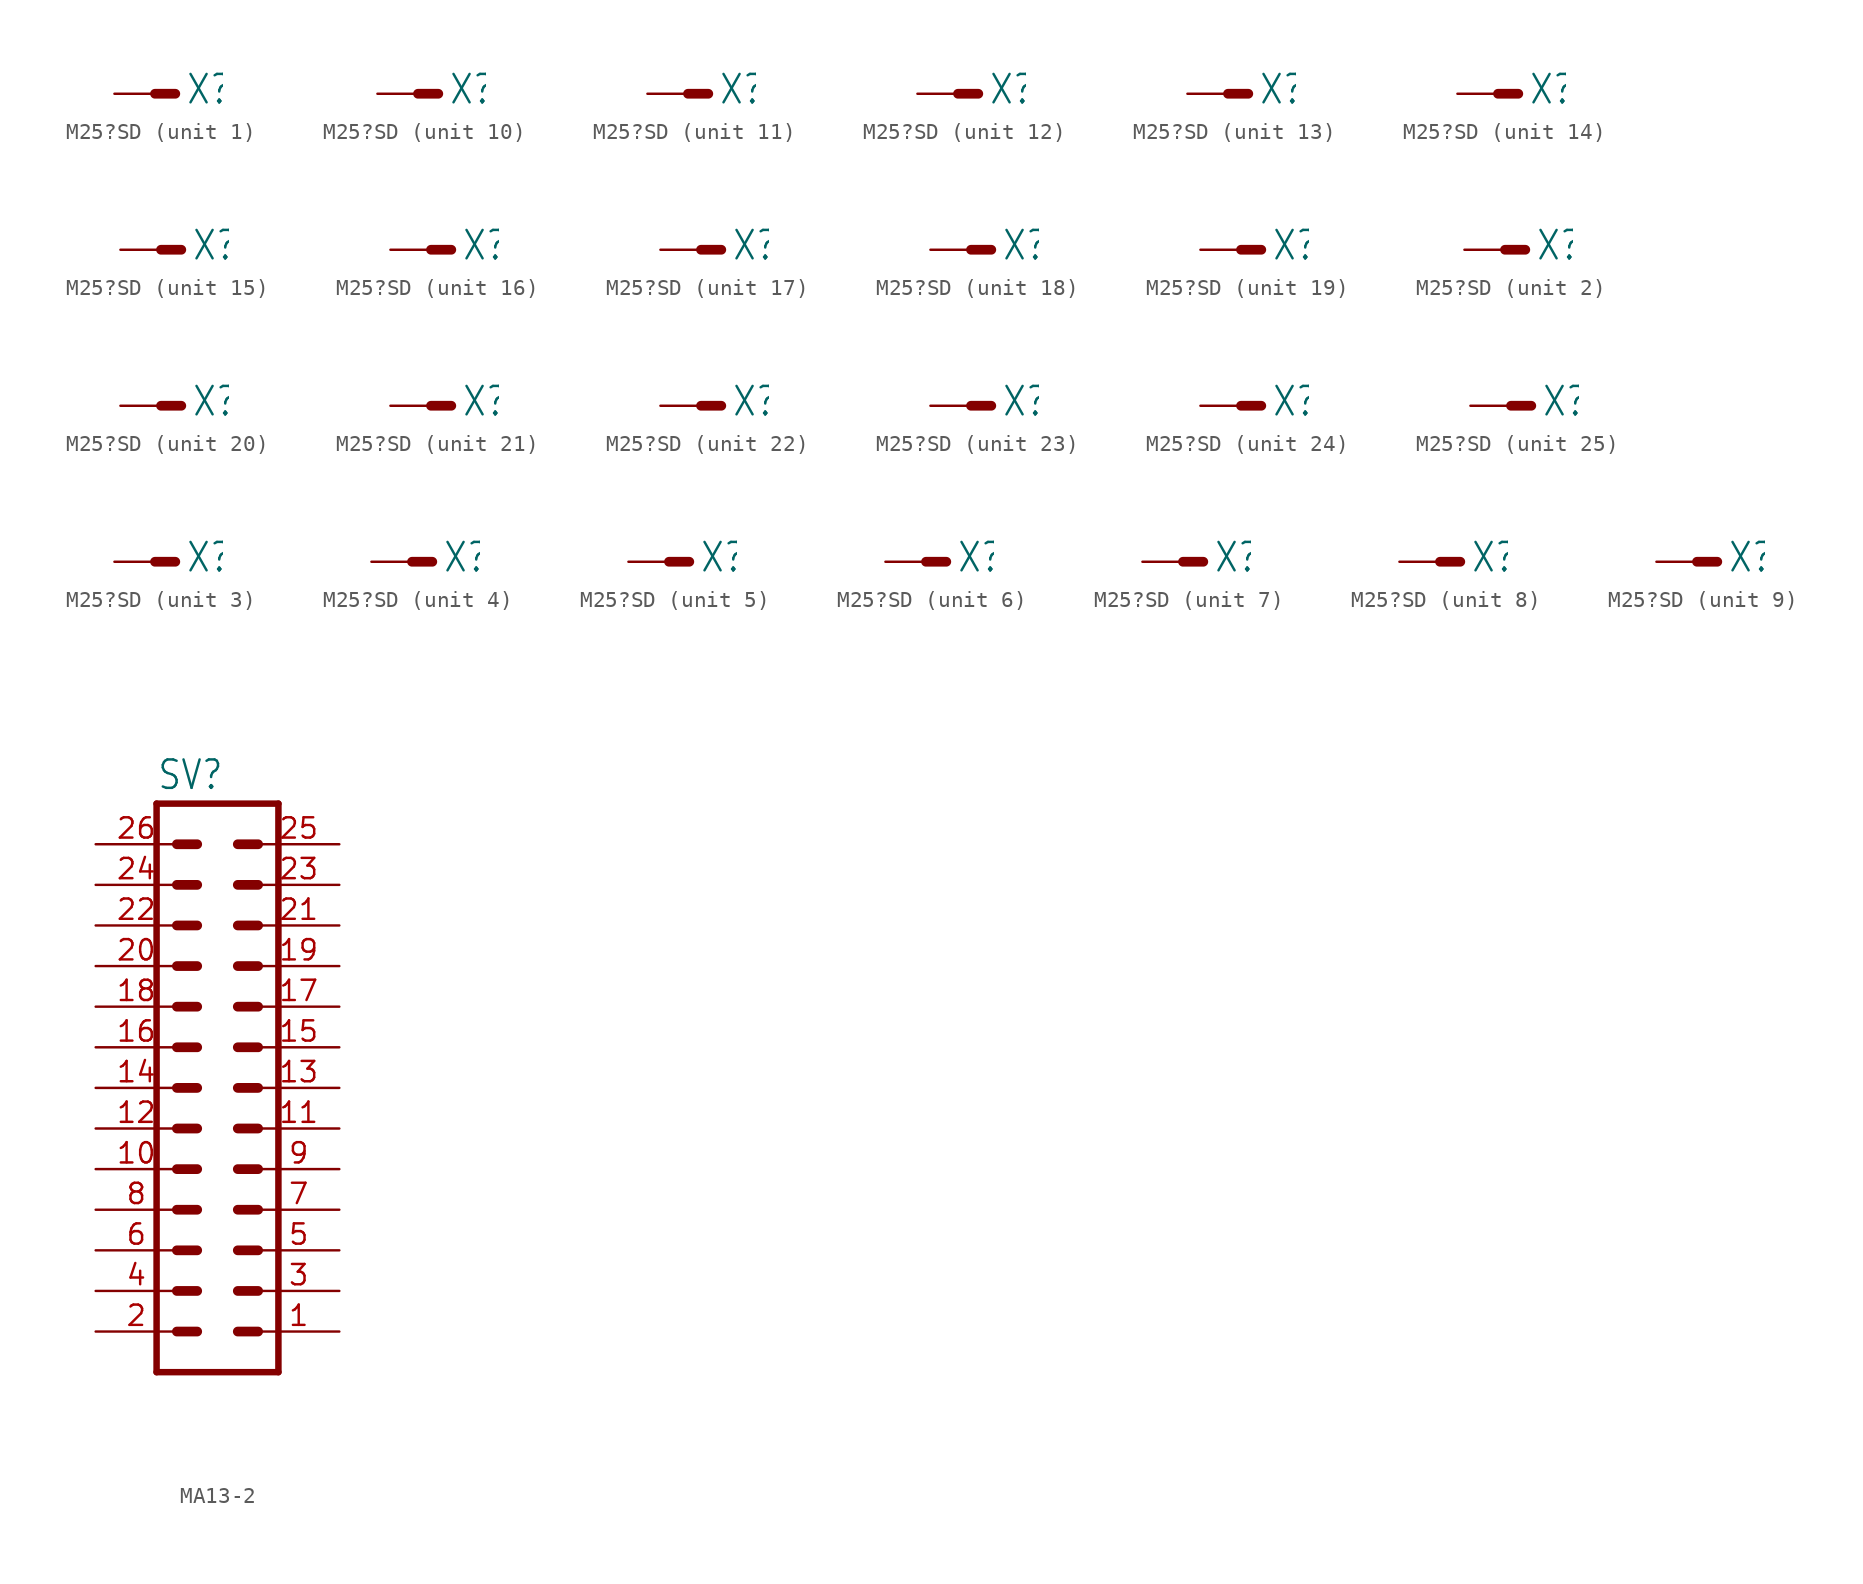
<source format=kicad_sym>
(kicad_symbol_lib
  (version 20220914)
  (generator kicad_symbol_editor)
  (symbol "M25?SD"
    (property "Reference" "X"
      (at 1.905 -0.762 0)
      (effects (font (size 1.778 1.511)) (justify left bottom)))
    (property "ki_locked" ""
      (at 0 0 0)
      (effects (font (size 1.27 1.27))))
    (symbol "M25?SD_1_0"
      (polyline (pts (xy 0 0) (xy 1.27 0)) (stroke (width 0.61) (type solid)) (fill (type none)))
      (pin passive line (at -2.54 0 0) (length 2.54) (name "M" (effects (font (size 0 0)))) (number "1" (effects (font (size 0 0))))))
    (symbol "M25?SD_2_0"
      (polyline (pts (xy 0 0) (xy 1.27 0)) (stroke (width 0.61) (type solid)) (fill (type none)))
      (pin passive line (at -2.54 0 0) (length 2.54) (name "M" (effects (font (size 0 0)))) (number "2" (effects (font (size 0 0))))))
    (symbol "M25?SD_3_0"
      (polyline (pts (xy 0 0) (xy 1.27 0)) (stroke (width 0.61) (type solid)) (fill (type none)))
      (pin passive line (at -2.54 0 0) (length 2.54) (name "M" (effects (font (size 0 0)))) (number "3" (effects (font (size 0 0))))))
    (symbol "M25?SD_4_0"
      (polyline (pts (xy 0 0) (xy 1.27 0)) (stroke (width 0.61) (type solid)) (fill (type none)))
      (pin passive line (at -2.54 0 0) (length 2.54) (name "M" (effects (font (size 0 0)))) (number "4" (effects (font (size 0 0))))))
    (symbol "M25?SD_5_0"
      (polyline (pts (xy 0 0) (xy 1.27 0)) (stroke (width 0.61) (type solid)) (fill (type none)))
      (pin passive line (at -2.54 0 0) (length 2.54) (name "M" (effects (font (size 0 0)))) (number "5" (effects (font (size 0 0))))))
    (symbol "M25?SD_6_0"
      (polyline (pts (xy 0 0) (xy 1.27 0)) (stroke (width 0.61) (type solid)) (fill (type none)))
      (pin passive line (at -2.54 0 0) (length 2.54) (name "M" (effects (font (size 0 0)))) (number "6" (effects (font (size 0 0))))))
    (symbol "M25?SD_7_0"
      (polyline (pts (xy 0 0) (xy 1.27 0)) (stroke (width 0.61) (type solid)) (fill (type none)))
      (pin passive line (at -2.54 0 0) (length 2.54) (name "M" (effects (font (size 0 0)))) (number "7" (effects (font (size 0 0))))))
    (symbol "M25?SD_8_0"
      (polyline (pts (xy 0 0) (xy 1.27 0)) (stroke (width 0.61) (type solid)) (fill (type none)))
      (pin passive line (at -2.54 0 0) (length 2.54) (name "M" (effects (font (size 0 0)))) (number "8" (effects (font (size 0 0))))))
    (symbol "M25?SD_9_0"
      (polyline (pts (xy 0 0) (xy 1.27 0)) (stroke (width 0.61) (type solid)) (fill (type none)))
      (pin passive line (at -2.54 0 0) (length 2.54) (name "M" (effects (font (size 0 0)))) (number "9" (effects (font (size 0 0))))))
    (symbol "M25?SD_10_0"
      (polyline (pts (xy 0 0) (xy 1.27 0)) (stroke (width 0.61) (type solid)) (fill (type none)))
      (pin passive line (at -2.54 0 0) (length 2.54) (name "M" (effects (font (size 0 0)))) (number "10" (effects (font (size 0 0))))))
    (symbol "M25?SD_11_0"
      (polyline (pts (xy 0 0) (xy 1.27 0)) (stroke (width 0.61) (type solid)) (fill (type none)))
      (pin passive line (at -2.54 0 0) (length 2.54) (name "M" (effects (font (size 0 0)))) (number "11" (effects (font (size 0 0))))))
    (symbol "M25?SD_12_0"
      (polyline (pts (xy 0 0) (xy 1.27 0)) (stroke (width 0.61) (type solid)) (fill (type none)))
      (pin passive line (at -2.54 0 0) (length 2.54) (name "M" (effects (font (size 0 0)))) (number "12" (effects (font (size 0 0))))))
    (symbol "M25?SD_13_0"
      (polyline (pts (xy 0 0) (xy 1.27 0)) (stroke (width 0.61) (type solid)) (fill (type none)))
      (pin passive line (at -2.54 0 0) (length 2.54) (name "M" (effects (font (size 0 0)))) (number "13" (effects (font (size 0 0))))))
    (symbol "M25?SD_14_0"
      (polyline (pts (xy 0 0) (xy 1.27 0)) (stroke (width 0.61) (type solid)) (fill (type none)))
      (pin passive line (at -2.54 0 0) (length 2.54) (name "M" (effects (font (size 0 0)))) (number "14" (effects (font (size 0 0))))))
    (symbol "M25?SD_15_0"
      (polyline (pts (xy 0 0) (xy 1.27 0)) (stroke (width 0.61) (type solid)) (fill (type none)))
      (pin passive line (at -2.54 0 0) (length 2.54) (name "M" (effects (font (size 0 0)))) (number "15" (effects (font (size 0 0))))))
    (symbol "M25?SD_16_0"
      (polyline (pts (xy 0 0) (xy 1.27 0)) (stroke (width 0.61) (type solid)) (fill (type none)))
      (pin passive line (at -2.54 0 0) (length 2.54) (name "M" (effects (font (size 0 0)))) (number "16" (effects (font (size 0 0))))))
    (symbol "M25?SD_17_0"
      (polyline (pts (xy 0 0) (xy 1.27 0)) (stroke (width 0.61) (type solid)) (fill (type none)))
      (pin passive line (at -2.54 0 0) (length 2.54) (name "M" (effects (font (size 0 0)))) (number "17" (effects (font (size 0 0))))))
    (symbol "M25?SD_18_0"
      (polyline (pts (xy 0 0) (xy 1.27 0)) (stroke (width 0.61) (type solid)) (fill (type none)))
      (pin passive line (at -2.54 0 0) (length 2.54) (name "M" (effects (font (size 0 0)))) (number "18" (effects (font (size 0 0))))))
    (symbol "M25?SD_19_0"
      (polyline (pts (xy 0 0) (xy 1.27 0)) (stroke (width 0.61) (type solid)) (fill (type none)))
      (pin passive line (at -2.54 0 0) (length 2.54) (name "M" (effects (font (size 0 0)))) (number "19" (effects (font (size 0 0))))))
    (symbol "M25?SD_20_0"
      (polyline (pts (xy 0 0) (xy 1.27 0)) (stroke (width 0.61) (type solid)) (fill (type none)))
      (pin passive line (at -2.54 0 0) (length 2.54) (name "M" (effects (font (size 0 0)))) (number "20" (effects (font (size 0 0))))))
    (symbol "M25?SD_21_0"
      (polyline (pts (xy 0 0) (xy 1.27 0)) (stroke (width 0.61) (type solid)) (fill (type none)))
      (pin passive line (at -2.54 0 0) (length 2.54) (name "M" (effects (font (size 0 0)))) (number "21" (effects (font (size 0 0))))))
    (symbol "M25?SD_22_0"
      (polyline (pts (xy 0 0) (xy 1.27 0)) (stroke (width 0.61) (type solid)) (fill (type none)))
      (pin passive line (at -2.54 0 0) (length 2.54) (name "M" (effects (font (size 0 0)))) (number "22" (effects (font (size 0 0))))))
    (symbol "M25?SD_23_0"
      (polyline (pts (xy 0 0) (xy 1.27 0)) (stroke (width 0.61) (type solid)) (fill (type none)))
      (pin passive line (at -2.54 0 0) (length 2.54) (name "M" (effects (font (size 0 0)))) (number "23" (effects (font (size 0 0))))))
    (symbol "M25?SD_24_0"
      (polyline (pts (xy 0 0) (xy 1.27 0)) (stroke (width 0.61) (type solid)) (fill (type none)))
      (pin passive line (at -2.54 0 0) (length 2.54) (name "M" (effects (font (size 0 0)))) (number "24" (effects (font (size 0 0))))))
    (symbol "M25?SD_25_0"
      (polyline (pts (xy 0 0) (xy 1.27 0)) (stroke (width 0.61) (type solid)) (fill (type none)))
      (pin passive line (at -2.54 0 0) (length 2.54) (name "M" (effects (font (size 0 0)))) (number "25" (effects (font (size 0 0)))))))
  (symbol "MA13-2"
    (property "Reference" "SV"
      (at -3.81 18.542 0)
      (effects (font (size 1.778 1.511)) (justify left bottom)))
    (property "Value" ""
      (at -3.81 -20.32 0)
      (effects (font (size 1.778 1.511)) (justify left bottom)))
    (property "ki_locked" ""
      (at 0 0 0)
      (effects (font (size 1.27 1.27))))
    (symbol "MA13-2_1_0"
      (polyline (pts (xy -3.81 17.78) (xy -3.81 -17.78)) (stroke (width 0.406) (type solid)) (fill (type none)))
      (polyline (pts (xy -3.81 17.78) (xy 3.81 17.78)) (stroke (width 0.406) (type solid)) (fill (type none)))
      (polyline (pts (xy -2.54 -15.24) (xy -1.27 -15.24)) (stroke (width 0.61) (type solid)) (fill (type none)))
      (polyline (pts (xy -2.54 -12.7) (xy -1.27 -12.7)) (stroke (width 0.61) (type solid)) (fill (type none)))
      (polyline (pts (xy -2.54 -10.16) (xy -1.27 -10.16)) (stroke (width 0.61) (type solid)) (fill (type none)))
      (polyline (pts (xy -2.54 -7.62) (xy -1.27 -7.62)) (stroke (width 0.61) (type solid)) (fill (type none)))
      (polyline (pts (xy -2.54 -5.08) (xy -1.27 -5.08)) (stroke (width 0.61) (type solid)) (fill (type none)))
      (polyline (pts (xy -2.54 -2.54) (xy -1.27 -2.54)) (stroke (width 0.61) (type solid)) (fill (type none)))
      (polyline (pts (xy -2.54 0) (xy -1.27 0)) (stroke (width 0.61) (type solid)) (fill (type none)))
      (polyline (pts (xy -2.54 2.54) (xy -1.27 2.54)) (stroke (width 0.61) (type solid)) (fill (type none)))
      (polyline (pts (xy -2.54 5.08) (xy -1.27 5.08)) (stroke (width 0.61) (type solid)) (fill (type none)))
      (polyline (pts (xy -2.54 7.62) (xy -1.27 7.62)) (stroke (width 0.61) (type solid)) (fill (type none)))
      (polyline (pts (xy -2.54 10.16) (xy -1.27 10.16)) (stroke (width 0.61) (type solid)) (fill (type none)))
      (polyline (pts (xy -2.54 12.7) (xy -1.27 12.7)) (stroke (width 0.61) (type solid)) (fill (type none)))
      (polyline (pts (xy -2.54 15.24) (xy -1.27 15.24)) (stroke (width 0.61) (type solid)) (fill (type none)))
      (polyline (pts (xy 1.27 -15.24) (xy 2.54 -15.24)) (stroke (width 0.61) (type solid)) (fill (type none)))
      (polyline (pts (xy 1.27 -12.7) (xy 2.54 -12.7)) (stroke (width 0.61) (type solid)) (fill (type none)))
      (polyline (pts (xy 1.27 -10.16) (xy 2.54 -10.16)) (stroke (width 0.61) (type solid)) (fill (type none)))
      (polyline (pts (xy 1.27 -7.62) (xy 2.54 -7.62)) (stroke (width 0.61) (type solid)) (fill (type none)))
      (polyline (pts (xy 1.27 -5.08) (xy 2.54 -5.08)) (stroke (width 0.61) (type solid)) (fill (type none)))
      (polyline (pts (xy 1.27 -2.54) (xy 2.54 -2.54)) (stroke (width 0.61) (type solid)) (fill (type none)))
      (polyline (pts (xy 1.27 0) (xy 2.54 0)) (stroke (width 0.61) (type solid)) (fill (type none)))
      (polyline (pts (xy 1.27 2.54) (xy 2.54 2.54)) (stroke (width 0.61) (type solid)) (fill (type none)))
      (polyline (pts (xy 1.27 5.08) (xy 2.54 5.08)) (stroke (width 0.61) (type solid)) (fill (type none)))
      (polyline (pts (xy 1.27 7.62) (xy 2.54 7.62)) (stroke (width 0.61) (type solid)) (fill (type none)))
      (polyline (pts (xy 1.27 10.16) (xy 2.54 10.16)) (stroke (width 0.61) (type solid)) (fill (type none)))
      (polyline (pts (xy 1.27 12.7) (xy 2.54 12.7)) (stroke (width 0.61) (type solid)) (fill (type none)))
      (polyline (pts (xy 1.27 15.24) (xy 2.54 15.24)) (stroke (width 0.61) (type solid)) (fill (type none)))
      (polyline (pts (xy 3.81 -17.78) (xy -3.81 -17.78)) (stroke (width 0.406) (type solid)) (fill (type none)))
      (polyline (pts (xy 3.81 -17.78) (xy 3.81 17.78)) (stroke (width 0.406) (type solid)) (fill (type none)))
      (pin passive line (at 7.62 -15.24 180) (length 5.08) (name "1" (effects (font (size 0 0)))) (number "1" (effects (font (size 1.27 1.27)))))
      (pin passive line (at -7.62 -5.08 0) (length 5.08) (name "10" (effects (font (size 0 0)))) (number "10" (effects (font (size 1.27 1.27)))))
      (pin passive line (at 7.62 -2.54 180) (length 5.08) (name "11" (effects (font (size 0 0)))) (number "11" (effects (font (size 1.27 1.27)))))
      (pin passive line (at -7.62 -2.54 0) (length 5.08) (name "12" (effects (font (size 0 0)))) (number "12" (effects (font (size 1.27 1.27)))))
      (pin passive line (at 7.62 0 180) (length 5.08) (name "13" (effects (font (size 0 0)))) (number "13" (effects (font (size 1.27 1.27)))))
      (pin passive line (at -7.62 0 0) (length 5.08) (name "14" (effects (font (size 0 0)))) (number "14" (effects (font (size 1.27 1.27)))))
      (pin passive line (at 7.62 2.54 180) (length 5.08) (name "15" (effects (font (size 0 0)))) (number "15" (effects (font (size 1.27 1.27)))))
      (pin passive line (at -7.62 2.54 0) (length 5.08) (name "16" (effects (font (size 0 0)))) (number "16" (effects (font (size 1.27 1.27)))))
      (pin passive line (at 7.62 5.08 180) (length 5.08) (name "17" (effects (font (size 0 0)))) (number "17" (effects (font (size 1.27 1.27)))))
      (pin passive line (at -7.62 5.08 0) (length 5.08) (name "18" (effects (font (size 0 0)))) (number "18" (effects (font (size 1.27 1.27)))))
      (pin passive line (at 7.62 7.62 180) (length 5.08) (name "19" (effects (font (size 0 0)))) (number "19" (effects (font (size 1.27 1.27)))))
      (pin passive line (at -7.62 -15.24 0) (length 5.08) (name "2" (effects (font (size 0 0)))) (number "2" (effects (font (size 1.27 1.27)))))
      (pin passive line (at -7.62 7.62 0) (length 5.08) (name "20" (effects (font (size 0 0)))) (number "20" (effects (font (size 1.27 1.27)))))
      (pin passive line (at 7.62 10.16 180) (length 5.08) (name "21" (effects (font (size 0 0)))) (number "21" (effects (font (size 1.27 1.27)))))
      (pin passive line (at -7.62 10.16 0) (length 5.08) (name "22" (effects (font (size 0 0)))) (number "22" (effects (font (size 1.27 1.27)))))
      (pin passive line (at 7.62 12.7 180) (length 5.08) (name "23" (effects (font (size 0 0)))) (number "23" (effects (font (size 1.27 1.27)))))
      (pin passive line (at -7.62 12.7 0) (length 5.08) (name "24" (effects (font (size 0 0)))) (number "24" (effects (font (size 1.27 1.27)))))
      (pin passive line (at 7.62 15.24 180) (length 5.08) (name "25" (effects (font (size 0 0)))) (number "25" (effects (font (size 1.27 1.27)))))
      (pin passive line (at -7.62 15.24 0) (length 5.08) (name "26" (effects (font (size 0 0)))) (number "26" (effects (font (size 1.27 1.27)))))
      (pin passive line (at 7.62 -12.7 180) (length 5.08) (name "3" (effects (font (size 0 0)))) (number "3" (effects (font (size 1.27 1.27)))))
      (pin passive line (at -7.62 -12.7 0) (length 5.08) (name "4" (effects (font (size 0 0)))) (number "4" (effects (font (size 1.27 1.27)))))
      (pin passive line (at 7.62 -10.16 180) (length 5.08) (name "5" (effects (font (size 0 0)))) (number "5" (effects (font (size 1.27 1.27)))))
      (pin passive line (at -7.62 -10.16 0) (length 5.08) (name "6" (effects (font (size 0 0)))) (number "6" (effects (font (size 1.27 1.27)))))
      (pin passive line (at 7.62 -7.62 180) (length 5.08) (name "7" (effects (font (size 0 0)))) (number "7" (effects (font (size 1.27 1.27)))))
      (pin passive line (at -7.62 -7.62 0) (length 5.08) (name "8" (effects (font (size 0 0)))) (number "8" (effects (font (size 1.27 1.27)))))
      (pin passive line (at 7.62 -5.08 180) (length 5.08) (name "9" (effects (font (size 0 0)))) (number "9" (effects (font (size 1.27 1.27))))))))
</source>
